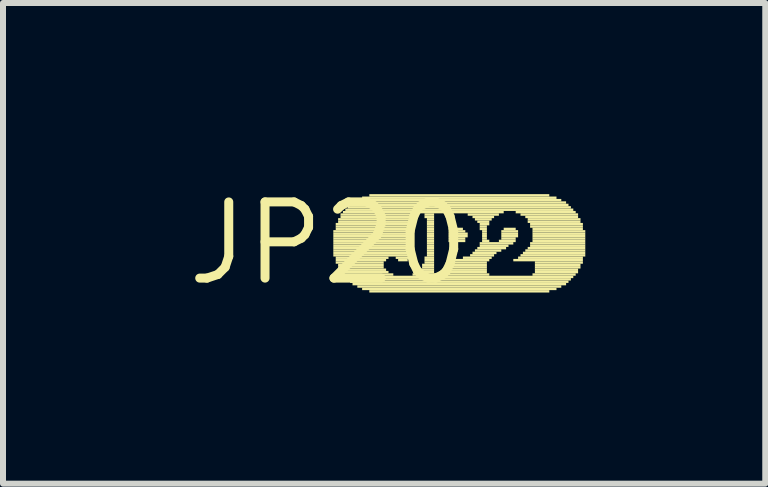
<source format=kicad_pcb>
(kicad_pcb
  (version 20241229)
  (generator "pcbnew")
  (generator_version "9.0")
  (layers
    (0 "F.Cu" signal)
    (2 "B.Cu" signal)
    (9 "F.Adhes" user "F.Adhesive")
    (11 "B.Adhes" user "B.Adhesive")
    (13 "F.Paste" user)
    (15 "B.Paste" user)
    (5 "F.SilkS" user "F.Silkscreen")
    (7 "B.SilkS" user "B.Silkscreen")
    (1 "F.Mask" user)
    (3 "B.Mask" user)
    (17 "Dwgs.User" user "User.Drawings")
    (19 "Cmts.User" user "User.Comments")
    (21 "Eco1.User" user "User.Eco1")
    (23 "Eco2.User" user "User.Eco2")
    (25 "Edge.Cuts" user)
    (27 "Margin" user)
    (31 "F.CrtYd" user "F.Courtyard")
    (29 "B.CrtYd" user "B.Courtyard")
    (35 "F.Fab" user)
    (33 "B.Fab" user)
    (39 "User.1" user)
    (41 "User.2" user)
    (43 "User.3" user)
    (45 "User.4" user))
  (footprint "JP20"
    (layer "F.Cu")
    (at 2.426 1.006)
    (property "Reference" "JP20" (at 0 0 0) (layer "F.SilkS") (effects (font (size 1.27 1.27) (thickness 0.15))))
    (attr through_hole)
    (fp_poly (pts (xy 0.08 -0.18) (xy 1.36 -0.18) (xy 1.36 -0.22) (xy 0.08 -0.22)) (stroke (width 0) (type solid)) (fill yes) (layer "F.SilkS"))
    (fp_poly (pts (xy 0.08 -0.14) (xy 1.36 -0.14) (xy 1.36 -0.18) (xy 0.08 -0.18)) (stroke (width 0) (type solid)) (fill yes) (layer "F.SilkS"))
    (fp_poly (pts (xy 0.08 -0.1) (xy 1.36 -0.1) (xy 1.36 -0.14) (xy 0.08 -0.14)) (stroke (width 0) (type solid)) (fill yes) (layer "F.SilkS"))
    (fp_poly (pts (xy 0.08 -0.06) (xy 1.36 -0.06) (xy 1.36 -0.1) (xy 0.08 -0.1)) (stroke (width 0) (type solid)) (fill yes) (layer "F.SilkS"))
    (fp_poly (pts (xy 0.08 -0.02) (xy 1.36 -0.02) (xy 1.36 -0.06) (xy 0.08 -0.06)) (stroke (width 0) (type solid)) (fill yes) (layer "F.SilkS"))
    (fp_poly (pts (xy 0.08 0.02) (xy 1.36 0.02) (xy 1.36 -0.02) (xy 0.08 -0.02)) (stroke (width 0) (type solid)) (fill yes) (layer "F.SilkS"))
    (fp_poly (pts (xy 0.08 0.06) (xy 1.36 0.06) (xy 1.36 0.02) (xy 0.08 0.02)) (stroke (width 0) (type solid)) (fill yes) (layer "F.SilkS"))
    (fp_poly (pts (xy 0.08 0.1) (xy 1.36 0.1) (xy 1.36 0.06) (xy 0.08 0.06)) (stroke (width 0) (type solid)) (fill yes) (layer "F.SilkS"))
    (fp_poly (pts (xy 0.08 0.14) (xy 1.36 0.14) (xy 1.36 0.1) (xy 0.08 0.1)) (stroke (width 0) (type solid)) (fill yes) (layer "F.SilkS"))
    (fp_poly (pts (xy 0.08 0.18) (xy 1.36 0.18) (xy 1.36 0.14) (xy 0.08 0.14)) (stroke (width 0) (type solid)) (fill yes) (layer "F.SilkS"))
    (fp_poly (pts (xy 0.08 0.22) (xy 1.36 0.22) (xy 1.36 0.18) (xy 0.08 0.18)) (stroke (width 0) (type solid)) (fill yes) (layer "F.SilkS"))
    (fp_poly (pts (xy 0.12 -0.3) (xy 1.36 -0.3) (xy 1.36 -0.34) (xy 0.12 -0.34)) (stroke (width 0) (type solid)) (fill yes) (layer "F.SilkS"))
    (fp_poly (pts (xy 0.12 -0.26) (xy 1.36 -0.26) (xy 1.36 -0.3) (xy 0.12 -0.3)) (stroke (width 0) (type solid)) (fill yes) (layer "F.SilkS"))
    (fp_poly (pts (xy 0.12 -0.22) (xy 1.36 -0.22) (xy 1.36 -0.26) (xy 0.12 -0.26)) (stroke (width 0) (type solid)) (fill yes) (layer "F.SilkS"))
    (fp_poly (pts (xy 0.12 0.26) (xy 1 0.26) (xy 1 0.22) (xy 0.12 0.22)) (stroke (width 0) (type solid)) (fill yes) (layer "F.SilkS"))
    (fp_poly (pts (xy 0.12 0.3) (xy 0.96 0.3) (xy 0.96 0.26) (xy 0.12 0.26)) (stroke (width 0) (type solid)) (fill yes) (layer "F.SilkS"))
    (fp_poly (pts (xy 0.12 0.34) (xy 0.92 0.34) (xy 0.92 0.3) (xy 0.12 0.3)) (stroke (width 0) (type solid)) (fill yes) (layer "F.SilkS"))
    (fp_poly (pts (xy 0.16 -0.38) (xy 1.36 -0.38) (xy 1.36 -0.42) (xy 0.16 -0.42)) (stroke (width 0) (type solid)) (fill yes) (layer "F.SilkS"))
    (fp_poly (pts (xy 0.16 -0.34) (xy 1.36 -0.34) (xy 1.36 -0.38) (xy 0.16 -0.38)) (stroke (width 0) (type solid)) (fill yes) (layer "F.SilkS"))
    (fp_poly (pts (xy 0.16 0.38) (xy 0.92 0.38) (xy 0.92 0.34) (xy 0.16 0.34)) (stroke (width 0) (type solid)) (fill yes) (layer "F.SilkS"))
    (fp_poly (pts (xy 0.16 0.42) (xy 0.92 0.42) (xy 0.92 0.38) (xy 0.16 0.38)) (stroke (width 0) (type solid)) (fill yes) (layer "F.SilkS"))
    (fp_poly (pts (xy 0.2 -0.46) (xy 1.4 -0.46) (xy 1.4 -0.5) (xy 0.2 -0.5)) (stroke (width 0) (type solid)) (fill yes) (layer "F.SilkS"))
    (fp_poly (pts (xy 0.2 -0.42) (xy 1.4 -0.42) (xy 1.4 -0.46) (xy 0.2 -0.46)) (stroke (width 0) (type solid)) (fill yes) (layer "F.SilkS"))
    (fp_poly (pts (xy 0.2 0.46) (xy 0.96 0.46) (xy 0.96 0.42) (xy 0.2 0.42)) (stroke (width 0) (type solid)) (fill yes) (layer "F.SilkS"))
    (fp_poly (pts (xy 0.2 0.5) (xy 1 0.5) (xy 1 0.46) (xy 0.2 0.46)) (stroke (width 0) (type solid)) (fill yes) (layer "F.SilkS"))
    (fp_poly (pts (xy 0.24 -0.5) (xy 2.92 -0.5) (xy 2.92 -0.54) (xy 0.24 -0.54)) (stroke (width 0) (type solid)) (fill yes) (layer "F.SilkS"))
    (fp_poly (pts (xy 0.24 0.54) (xy 1.08 0.54) (xy 1.08 0.5) (xy 0.24 0.5)) (stroke (width 0) (type solid)) (fill yes) (layer "F.SilkS"))
    (fp_poly (pts (xy 0.28 -0.54) (xy 4.08 -0.54) (xy 4.08 -0.58) (xy 0.28 -0.58)) (stroke (width 0) (type solid)) (fill yes) (layer "F.SilkS"))
    (fp_poly (pts (xy 0.28 0.58) (xy 4.08 0.58) (xy 4.08 0.54) (xy 0.28 0.54)) (stroke (width 0) (type solid)) (fill yes) (layer "F.SilkS"))
    (fp_poly (pts (xy 0.32 -0.58) (xy 4.04 -0.58) (xy 4.04 -0.62) (xy 0.32 -0.62)) (stroke (width 0) (type solid)) (fill yes) (layer "F.SilkS"))
    (fp_poly (pts (xy 0.32 0.62) (xy 4.04 0.62) (xy 4.04 0.58) (xy 0.32 0.58)) (stroke (width 0) (type solid)) (fill yes) (layer "F.SilkS"))
    (fp_poly (pts (xy 0.36 -0.62) (xy 4 -0.62) (xy 4 -0.66) (xy 0.36 -0.66)) (stroke (width 0) (type solid)) (fill yes) (layer "F.SilkS"))
    (fp_poly (pts (xy 0.36 0.66) (xy 4 0.66) (xy 4 0.62) (xy 0.36 0.62)) (stroke (width 0) (type solid)) (fill yes) (layer "F.SilkS"))
    (fp_poly (pts (xy 0.4 -0.66) (xy 3.96 -0.66) (xy 3.96 -0.7) (xy 0.4 -0.7)) (stroke (width 0) (type solid)) (fill yes) (layer "F.SilkS"))
    (fp_poly (pts (xy 0.4 0.7) (xy 3.96 0.7) (xy 3.96 0.66) (xy 0.4 0.66)) (stroke (width 0) (type solid)) (fill yes) (layer "F.SilkS"))
    (fp_poly (pts (xy 0.48 -0.7) (xy 3.88 -0.7) (xy 3.88 -0.74) (xy 0.48 -0.74)) (stroke (width 0) (type solid)) (fill yes) (layer "F.SilkS"))
    (fp_poly (pts (xy 0.48 0.74) (xy 3.88 0.74) (xy 3.88 0.7) (xy 0.48 0.7)) (stroke (width 0) (type solid)) (fill yes) (layer "F.SilkS"))
    (fp_poly (pts (xy 0.56 -0.74) (xy 3.8 -0.74) (xy 3.8 -0.78) (xy 0.56 -0.78)) (stroke (width 0) (type solid)) (fill yes) (layer "F.SilkS"))
    (fp_poly (pts (xy 0.56 0.78) (xy 3.8 0.78) (xy 3.8 0.74) (xy 0.56 0.74)) (stroke (width 0) (type solid)) (fill yes) (layer "F.SilkS"))
    (fp_poly (pts (xy 0.68 -0.78) (xy 3.68 -0.78) (xy 3.68 -0.82) (xy 0.68 -0.82)) (stroke (width 0) (type solid)) (fill yes) (layer "F.SilkS"))
    (fp_poly (pts (xy 0.68 0.82) (xy 3.68 0.82) (xy 3.68 0.78) (xy 0.68 0.78)) (stroke (width 0) (type solid)) (fill yes) (layer "F.SilkS"))
    (fp_poly (pts (xy 1.12 0.26) (xy 1.36 0.26) (xy 1.36 0.22) (xy 1.12 0.22)) (stroke (width 0) (type solid)) (fill yes) (layer "F.SilkS"))
    (fp_poly (pts (xy 1.16 0.3) (xy 1.32 0.3) (xy 1.32 0.26) (xy 1.16 0.26)) (stroke (width 0) (type solid)) (fill yes) (layer "F.SilkS"))
    (fp_poly (pts (xy 1.4 0.54) (xy 1.8 0.54) (xy 1.8 0.5) (xy 1.4 0.5)) (stroke (width 0) (type solid)) (fill yes) (layer "F.SilkS"))
    (fp_poly (pts (xy 1.48 0.5) (xy 1.76 0.5) (xy 1.76 0.46) (xy 1.48 0.46)) (stroke (width 0) (type solid)) (fill yes) (layer "F.SilkS"))
    (fp_poly (pts (xy 1.52 0.46) (xy 1.76 0.46) (xy 1.76 0.42) (xy 1.52 0.42)) (stroke (width 0) (type solid)) (fill yes) (layer "F.SilkS"))
    (fp_poly (pts (xy 1.56 0.38) (xy 1.76 0.38) (xy 1.76 0.34) (xy 1.56 0.34)) (stroke (width 0) (type solid)) (fill yes) (layer "F.SilkS"))
    (fp_poly (pts (xy 1.56 0.42) (xy 1.76 0.42) (xy 1.76 0.38) (xy 1.56 0.38)) (stroke (width 0) (type solid)) (fill yes) (layer "F.SilkS"))
    (fp_poly (pts (xy 1.6 -0.46) (xy 1.76 -0.46) (xy 1.76 -0.5) (xy 1.6 -0.5)) (stroke (width 0) (type solid)) (fill yes) (layer "F.SilkS"))
    (fp_poly (pts (xy 1.6 -0.42) (xy 1.76 -0.42) (xy 1.76 -0.46) (xy 1.6 -0.46)) (stroke (width 0) (type solid)) (fill yes) (layer "F.SilkS"))
    (fp_poly (pts (xy 1.6 0.26) (xy 1.76 0.26) (xy 1.76 0.22) (xy 1.6 0.22)) (stroke (width 0) (type solid)) (fill yes) (layer "F.SilkS"))
    (fp_poly (pts (xy 1.6 0.3) (xy 1.76 0.3) (xy 1.76 0.26) (xy 1.6 0.26)) (stroke (width 0) (type solid)) (fill yes) (layer "F.SilkS"))
    (fp_poly (pts (xy 1.6 0.34) (xy 1.76 0.34) (xy 1.76 0.3) (xy 1.6 0.3)) (stroke (width 0) (type solid)) (fill yes) (layer "F.SilkS"))
    (fp_poly (pts (xy 1.64 -0.38) (xy 1.76 -0.38) (xy 1.76 -0.42) (xy 1.64 -0.42)) (stroke (width 0) (type solid)) (fill yes) (layer "F.SilkS"))
    (fp_poly (pts (xy 1.64 -0.34) (xy 1.76 -0.34) (xy 1.76 -0.38) (xy 1.64 -0.38)) (stroke (width 0) (type solid)) (fill yes) (layer "F.SilkS"))
    (fp_poly (pts (xy 1.64 -0.3) (xy 1.76 -0.3) (xy 1.76 -0.34) (xy 1.64 -0.34)) (stroke (width 0) (type solid)) (fill yes) (layer "F.SilkS"))
    (fp_poly (pts (xy 1.64 -0.26) (xy 1.76 -0.26) (xy 1.76 -0.3) (xy 1.64 -0.3)) (stroke (width 0) (type solid)) (fill yes) (layer "F.SilkS"))
    (fp_poly (pts (xy 1.64 -0.22) (xy 1.76 -0.22) (xy 1.76 -0.26) (xy 1.64 -0.26)) (stroke (width 0) (type solid)) (fill yes) (layer "F.SilkS"))
    (fp_poly (pts (xy 1.64 -0.18) (xy 1.76 -0.18) (xy 1.76 -0.22) (xy 1.64 -0.22)) (stroke (width 0) (type solid)) (fill yes) (layer "F.SilkS"))
    (fp_poly (pts (xy 1.64 -0.14) (xy 1.76 -0.14) (xy 1.76 -0.18) (xy 1.64 -0.18)) (stroke (width 0) (type solid)) (fill yes) (layer "F.SilkS"))
    (fp_poly (pts (xy 1.64 -0.1) (xy 1.76 -0.1) (xy 1.76 -0.14) (xy 1.64 -0.14)) (stroke (width 0) (type solid)) (fill yes) (layer "F.SilkS"))
    (fp_poly (pts (xy 1.64 -0.06) (xy 1.76 -0.06) (xy 1.76 -0.1) (xy 1.64 -0.1)) (stroke (width 0) (type solid)) (fill yes) (layer "F.SilkS"))
    (fp_poly (pts (xy 1.64 -0.02) (xy 1.76 -0.02) (xy 1.76 -0.06) (xy 1.64 -0.06)) (stroke (width 0) (type solid)) (fill yes) (layer "F.SilkS"))
    (fp_poly (pts (xy 1.64 0.02) (xy 1.76 0.02) (xy 1.76 -0.02) (xy 1.64 -0.02)) (stroke (width 0) (type solid)) (fill yes) (layer "F.SilkS"))
    (fp_poly (pts (xy 1.64 0.06) (xy 1.76 0.06) (xy 1.76 0.02) (xy 1.64 0.02)) (stroke (width 0) (type solid)) (fill yes) (layer "F.SilkS"))
    (fp_poly (pts (xy 1.64 0.1) (xy 1.76 0.1) (xy 1.76 0.06) (xy 1.64 0.06)) (stroke (width 0) (type solid)) (fill yes) (layer "F.SilkS"))
    (fp_poly (pts (xy 1.64 0.14) (xy 1.76 0.14) (xy 1.76 0.1) (xy 1.64 0.1)) (stroke (width 0) (type solid)) (fill yes) (layer "F.SilkS"))
    (fp_poly (pts (xy 1.64 0.18) (xy 1.76 0.18) (xy 1.76 0.14) (xy 1.64 0.14)) (stroke (width 0) (type solid)) (fill yes) (layer "F.SilkS"))
    (fp_poly (pts (xy 1.64 0.22) (xy 1.76 0.22) (xy 1.76 0.18) (xy 1.64 0.18)) (stroke (width 0) (type solid)) (fill yes) (layer "F.SilkS"))
    (fp_poly (pts (xy 1.96 0.54) (xy 2.68 0.54) (xy 2.68 0.5) (xy 1.96 0.5)) (stroke (width 0) (type solid)) (fill yes) (layer "F.SilkS"))
    (fp_poly (pts (xy 2 -0.22) (xy 2.24 -0.22) (xy 2.24 -0.26) (xy 2 -0.26)) (stroke (width 0) (type solid)) (fill yes) (layer "F.SilkS"))
    (fp_poly (pts (xy 2 -0.18) (xy 2.28 -0.18) (xy 2.28 -0.22) (xy 2 -0.22)) (stroke (width 0) (type solid)) (fill yes) (layer "F.SilkS"))
    (fp_poly (pts (xy 2 -0.14) (xy 2.32 -0.14) (xy 2.32 -0.18) (xy 2 -0.18)) (stroke (width 0) (type solid)) (fill yes) (layer "F.SilkS"))
    (fp_poly (pts (xy 2 -0.1) (xy 2.32 -0.1) (xy 2.32 -0.14) (xy 2 -0.14)) (stroke (width 0) (type solid)) (fill yes) (layer "F.SilkS"))
    (fp_poly (pts (xy 2 -0.06) (xy 2.28 -0.06) (xy 2.28 -0.1) (xy 2 -0.1)) (stroke (width 0) (type solid)) (fill yes) (layer "F.SilkS"))
    (fp_poly (pts (xy 2 -0.02) (xy 2.28 -0.02) (xy 2.28 -0.06) (xy 2 -0.06)) (stroke (width 0) (type solid)) (fill yes) (layer "F.SilkS"))
    (fp_poly (pts (xy 2 0.3) (xy 2.68 0.3) (xy 2.68 0.26) (xy 2 0.26)) (stroke (width 0) (type solid)) (fill yes) (layer "F.SilkS"))
    (fp_poly (pts (xy 2 0.34) (xy 2.64 0.34) (xy 2.64 0.3) (xy 2 0.3)) (stroke (width 0) (type solid)) (fill yes) (layer "F.SilkS"))
    (fp_poly (pts (xy 2 0.38) (xy 2.64 0.38) (xy 2.64 0.34) (xy 2 0.34)) (stroke (width 0) (type solid)) (fill yes) (layer "F.SilkS"))
    (fp_poly (pts (xy 2 0.42) (xy 2.64 0.42) (xy 2.64 0.38) (xy 2 0.38)) (stroke (width 0) (type solid)) (fill yes) (layer "F.SilkS"))
    (fp_poly (pts (xy 2 0.46) (xy 2.64 0.46) (xy 2.64 0.42) (xy 2 0.42)) (stroke (width 0) (type solid)) (fill yes) (layer "F.SilkS"))
    (fp_poly (pts (xy 2 0.5) (xy 2.64 0.5) (xy 2.64 0.46) (xy 2 0.46)) (stroke (width 0) (type solid)) (fill yes) (layer "F.SilkS"))
    (fp_poly (pts (xy 2.24 0.26) (xy 2.72 0.26) (xy 2.72 0.22) (xy 2.24 0.22)) (stroke (width 0) (type solid)) (fill yes) (layer "F.SilkS"))
    (fp_poly (pts (xy 2.32 -0.46) (xy 2.84 -0.46) (xy 2.84 -0.5) (xy 2.32 -0.5)) (stroke (width 0) (type solid)) (fill yes) (layer "F.SilkS"))
    (fp_poly (pts (xy 2.36 0.22) (xy 2.76 0.22) (xy 2.76 0.18) (xy 2.36 0.18)) (stroke (width 0) (type solid)) (fill yes) (layer "F.SilkS"))
    (fp_poly (pts (xy 2.4 -0.42) (xy 2.76 -0.42) (xy 2.76 -0.46) (xy 2.4 -0.46)) (stroke (width 0) (type solid)) (fill yes) (layer "F.SilkS"))
    (fp_poly (pts (xy 2.4 0.18) (xy 2.8 0.18) (xy 2.8 0.14) (xy 2.4 0.14)) (stroke (width 0) (type solid)) (fill yes) (layer "F.SilkS"))
    (fp_poly (pts (xy 2.44 -0.38) (xy 2.72 -0.38) (xy 2.72 -0.42) (xy 2.44 -0.42)) (stroke (width 0) (type solid)) (fill yes) (layer "F.SilkS"))
    (fp_poly (pts (xy 2.44 0.14) (xy 2.88 0.14) (xy 2.88 0.1) (xy 2.44 0.1)) (stroke (width 0) (type solid)) (fill yes) (layer "F.SilkS"))
    (fp_poly (pts (xy 2.48 -0.34) (xy 2.68 -0.34) (xy 2.68 -0.38) (xy 2.48 -0.38)) (stroke (width 0) (type solid)) (fill yes) (layer "F.SilkS"))
    (fp_poly (pts (xy 2.48 0.1) (xy 2.96 0.1) (xy 2.96 0.06) (xy 2.48 0.06)) (stroke (width 0) (type solid)) (fill yes) (layer "F.SilkS"))
    (fp_poly (pts (xy 2.52 -0.3) (xy 2.68 -0.3) (xy 2.68 -0.34) (xy 2.52 -0.34)) (stroke (width 0) (type solid)) (fill yes) (layer "F.SilkS"))
    (fp_poly (pts (xy 2.52 -0.26) (xy 2.64 -0.26) (xy 2.64 -0.3) (xy 2.52 -0.3)) (stroke (width 0) (type solid)) (fill yes) (layer "F.SilkS"))
    (fp_poly (pts (xy 2.52 -0.22) (xy 2.64 -0.22) (xy 2.64 -0.26) (xy 2.52 -0.26)) (stroke (width 0) (type solid)) (fill yes) (layer "F.SilkS"))
    (fp_poly (pts (xy 2.52 0.02) (xy 3.08 0.02) (xy 3.08 -0.02) (xy 2.52 -0.02)) (stroke (width 0) (type solid)) (fill yes) (layer "F.SilkS"))
    (fp_poly (pts (xy 2.52 0.06) (xy 3 0.06) (xy 3 0.02) (xy 2.52 0.02)) (stroke (width 0) (type solid)) (fill yes) (layer "F.SilkS"))
    (fp_poly (pts (xy 2.56 -0.18) (xy 2.64 -0.18) (xy 2.64 -0.22) (xy 2.56 -0.22)) (stroke (width 0) (type solid)) (fill yes) (layer "F.SilkS"))
    (fp_poly (pts (xy 2.56 -0.14) (xy 2.64 -0.14) (xy 2.64 -0.18) (xy 2.56 -0.18)) (stroke (width 0) (type solid)) (fill yes) (layer "F.SilkS"))
    (fp_poly (pts (xy 2.56 -0.1) (xy 2.64 -0.1) (xy 2.64 -0.14) (xy 2.56 -0.14)) (stroke (width 0) (type solid)) (fill yes) (layer "F.SilkS"))
    (fp_poly (pts (xy 2.56 -0.06) (xy 2.64 -0.06) (xy 2.64 -0.1) (xy 2.56 -0.1)) (stroke (width 0) (type solid)) (fill yes) (layer "F.SilkS"))
    (fp_poly (pts (xy 2.56 -0.02) (xy 2.68 -0.02) (xy 2.68 -0.06) (xy 2.56 -0.06)) (stroke (width 0) (type solid)) (fill yes) (layer "F.SilkS"))
    (fp_poly (pts (xy 2.84 -0.02) (xy 3.12 -0.02) (xy 3.12 -0.06) (xy 2.84 -0.06)) (stroke (width 0) (type solid)) (fill yes) (layer "F.SilkS"))
    (fp_poly (pts (xy 2.88 -0.18) (xy 3.16 -0.18) (xy 3.16 -0.22) (xy 2.88 -0.22)) (stroke (width 0) (type solid)) (fill yes) (layer "F.SilkS"))
    (fp_poly (pts (xy 2.88 -0.14) (xy 3.16 -0.14) (xy 3.16 -0.18) (xy 2.88 -0.18)) (stroke (width 0) (type solid)) (fill yes) (layer "F.SilkS"))
    (fp_poly (pts (xy 2.88 -0.1) (xy 3.16 -0.1) (xy 3.16 -0.14) (xy 2.88 -0.14)) (stroke (width 0) (type solid)) (fill yes) (layer "F.SilkS"))
    (fp_poly (pts (xy 2.88 -0.06) (xy 3.12 -0.06) (xy 3.12 -0.1) (xy 2.88 -0.1)) (stroke (width 0) (type solid)) (fill yes) (layer "F.SilkS"))
    (fp_poly (pts (xy 2.92 -0.22) (xy 3.12 -0.22) (xy 3.12 -0.26) (xy 2.92 -0.26)) (stroke (width 0) (type solid)) (fill yes) (layer "F.SilkS"))
    (fp_poly (pts (xy 3.08 0.3) (xy 4.24 0.3) (xy 4.24 0.26) (xy 3.08 0.26)) (stroke (width 0) (type solid)) (fill yes) (layer "F.SilkS"))
    (fp_poly (pts (xy 3.12 -0.5) (xy 4.12 -0.5) (xy 4.12 -0.54) (xy 3.12 -0.54)) (stroke (width 0) (type solid)) (fill yes) (layer "F.SilkS"))
    (fp_poly (pts (xy 3.16 0.26) (xy 4.24 0.26) (xy 4.24 0.22) (xy 3.16 0.22)) (stroke (width 0) (type solid)) (fill yes) (layer "F.SilkS"))
    (fp_poly (pts (xy 3.2 -0.46) (xy 4.16 -0.46) (xy 4.16 -0.5) (xy 3.2 -0.5)) (stroke (width 0) (type solid)) (fill yes) (layer "F.SilkS"))
    (fp_poly (pts (xy 3.2 0.22) (xy 4.28 0.22) (xy 4.28 0.18) (xy 3.2 0.18)) (stroke (width 0) (type solid)) (fill yes) (layer "F.SilkS"))
    (fp_poly (pts (xy 3.24 0.18) (xy 4.28 0.18) (xy 4.28 0.14) (xy 3.24 0.14)) (stroke (width 0) (type solid)) (fill yes) (layer "F.SilkS"))
    (fp_poly (pts (xy 3.28 -0.42) (xy 4.16 -0.42) (xy 4.16 -0.46) (xy 3.28 -0.46)) (stroke (width 0) (type solid)) (fill yes) (layer "F.SilkS"))
    (fp_poly (pts (xy 3.28 0.14) (xy 4.28 0.14) (xy 4.28 0.1) (xy 3.28 0.1)) (stroke (width 0) (type solid)) (fill yes) (layer "F.SilkS"))
    (fp_poly (pts (xy 3.32 -0.38) (xy 4.2 -0.38) (xy 4.2 -0.42) (xy 3.32 -0.42)) (stroke (width 0) (type solid)) (fill yes) (layer "F.SilkS"))
    (fp_poly (pts (xy 3.32 -0.34) (xy 4.2 -0.34) (xy 4.2 -0.38) (xy 3.32 -0.38)) (stroke (width 0) (type solid)) (fill yes) (layer "F.SilkS"))
    (fp_poly (pts (xy 3.32 0.1) (xy 4.28 0.1) (xy 4.28 0.06) (xy 3.32 0.06)) (stroke (width 0) (type solid)) (fill yes) (layer "F.SilkS"))
    (fp_poly (pts (xy 3.36 -0.3) (xy 4.24 -0.3) (xy 4.24 -0.34) (xy 3.36 -0.34)) (stroke (width 0) (type solid)) (fill yes) (layer "F.SilkS"))
    (fp_poly (pts (xy 3.36 -0.26) (xy 4.24 -0.26) (xy 4.24 -0.3) (xy 3.36 -0.3)) (stroke (width 0) (type solid)) (fill yes) (layer "F.SilkS"))
    (fp_poly (pts (xy 3.36 0.02) (xy 4.28 0.02) (xy 4.28 -0.02) (xy 3.36 -0.02)) (stroke (width 0) (type solid)) (fill yes) (layer "F.SilkS"))
    (fp_poly (pts (xy 3.36 0.06) (xy 4.28 0.06) (xy 4.28 0.02) (xy 3.36 0.02)) (stroke (width 0) (type solid)) (fill yes) (layer "F.SilkS"))
    (fp_poly (pts (xy 3.4 -0.22) (xy 4.24 -0.22) (xy 4.24 -0.26) (xy 3.4 -0.26)) (stroke (width 0) (type solid)) (fill yes) (layer "F.SilkS"))
    (fp_poly (pts (xy 3.4 -0.18) (xy 4.28 -0.18) (xy 4.28 -0.22) (xy 3.4 -0.22)) (stroke (width 0) (type solid)) (fill yes) (layer "F.SilkS"))
    (fp_poly (pts (xy 3.4 -0.14) (xy 4.28 -0.14) (xy 4.28 -0.18) (xy 3.4 -0.18)) (stroke (width 0) (type solid)) (fill yes) (layer "F.SilkS"))
    (fp_poly (pts (xy 3.4 -0.1) (xy 4.28 -0.1) (xy 4.28 -0.14) (xy 3.4 -0.14)) (stroke (width 0) (type solid)) (fill yes) (layer "F.SilkS"))
    (fp_poly (pts (xy 3.4 -0.06) (xy 4.28 -0.06) (xy 4.28 -0.1) (xy 3.4 -0.1)) (stroke (width 0) (type solid)) (fill yes) (layer "F.SilkS"))
    (fp_poly (pts (xy 3.4 -0.02) (xy 4.28 -0.02) (xy 4.28 -0.06) (xy 3.4 -0.06)) (stroke (width 0) (type solid)) (fill yes) (layer "F.SilkS"))
    (fp_poly (pts (xy 3.4 0.54) (xy 4.12 0.54) (xy 4.12 0.5) (xy 3.4 0.5)) (stroke (width 0) (type solid)) (fill yes) (layer "F.SilkS"))
    (fp_poly (pts (xy 3.44 0.34) (xy 4.24 0.34) (xy 4.24 0.3) (xy 3.44 0.3)) (stroke (width 0) (type solid)) (fill yes) (layer "F.SilkS"))
    (fp_poly (pts (xy 3.44 0.38) (xy 4.2 0.38) (xy 4.2 0.34) (xy 3.44 0.34)) (stroke (width 0) (type solid)) (fill yes) (layer "F.SilkS"))
    (fp_poly (pts (xy 3.44 0.42) (xy 4.2 0.42) (xy 4.2 0.38) (xy 3.44 0.38)) (stroke (width 0) (type solid)) (fill yes) (layer "F.SilkS"))
    (fp_poly (pts (xy 3.44 0.46) (xy 4.16 0.46) (xy 4.16 0.42) (xy 3.44 0.42)) (stroke (width 0) (type solid)) (fill yes) (layer "F.SilkS"))
    (fp_poly (pts (xy 3.44 0.5) (xy 4.16 0.5) (xy 4.16 0.46) (xy 3.44 0.46)) (stroke (width 0) (type solid)) (fill yes) (layer "F.SilkS")))
  (gr_rect
    (start -3 -3)
    (end 9.706 5.012)
    (stroke (width 0.1) (type default))
    (fill no)
    (layer "Edge.Cuts")))
</source>
